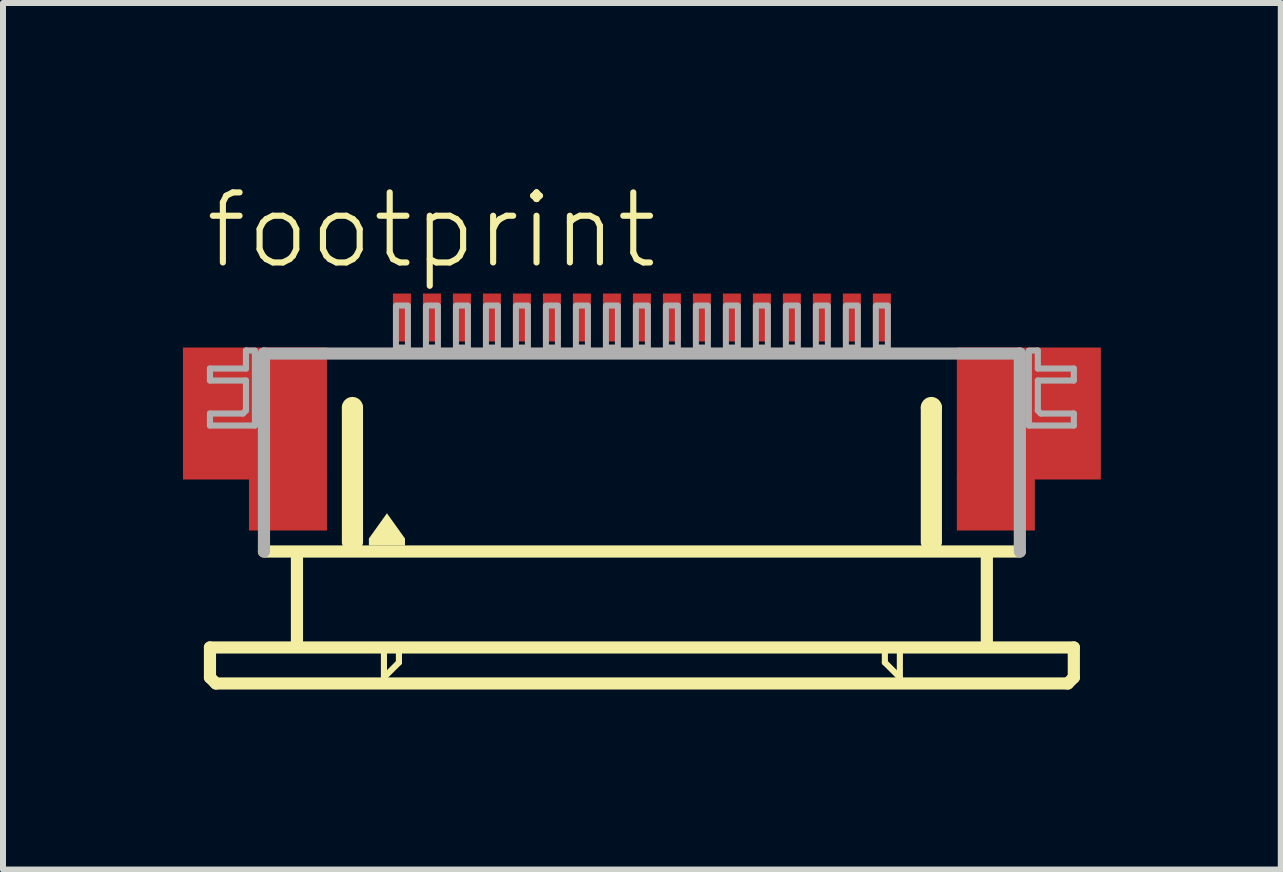
<source format=kicad_pcb>
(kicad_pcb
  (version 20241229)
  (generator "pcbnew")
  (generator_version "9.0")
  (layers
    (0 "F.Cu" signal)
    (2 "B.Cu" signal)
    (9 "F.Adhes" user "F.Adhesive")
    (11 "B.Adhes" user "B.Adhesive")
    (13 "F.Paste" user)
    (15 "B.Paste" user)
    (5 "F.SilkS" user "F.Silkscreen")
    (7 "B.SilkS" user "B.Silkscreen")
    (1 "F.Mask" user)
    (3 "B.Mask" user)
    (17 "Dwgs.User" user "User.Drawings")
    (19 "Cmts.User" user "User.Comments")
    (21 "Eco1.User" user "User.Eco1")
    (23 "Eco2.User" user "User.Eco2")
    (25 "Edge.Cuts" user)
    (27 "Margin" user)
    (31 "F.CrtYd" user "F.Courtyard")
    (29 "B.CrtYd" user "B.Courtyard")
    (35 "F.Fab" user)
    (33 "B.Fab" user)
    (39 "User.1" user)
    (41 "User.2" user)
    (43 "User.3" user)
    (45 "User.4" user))
  (footprint "footprint"
    (layer "F.Cu")
    (at 7.65 4.743)
    (property "Reference" "footprint" (at -7.33 -3.27 0) (layer "F.SilkS") (effects (font (size 1.168 1.168) (thickness 0.102)) (justify left bottom)))
    (fp_poly (pts (xy -7.65 0.2) (xy -5.25 0.2) (xy -5.25 -2) (xy -7.65 -2)) (stroke (width 0) (type solid)) (fill yes) (layer "F.Cu"))
    (fp_poly (pts (xy -6.55 1.05) (xy -5.25 1.05) (xy -5.25 0.175) (xy -6.55 0.175)) (stroke (width 0) (type solid)) (fill yes) (layer "F.Cu"))
    (fp_poly (pts (xy 5.25 0.2) (xy 7.65 0.2) (xy 7.65 -2) (xy 5.25 -2)) (stroke (width 0) (type solid)) (fill yes) (layer "F.Cu"))
    (fp_poly (pts (xy 5.25 1.05) (xy 6.55 1.05) (xy 6.55 0.175) (xy 5.25 0.175)) (stroke (width 0) (type solid)) (fill yes) (layer "F.Cu"))
    (fp_poly (pts (xy -7.65 0.2) (xy -6.5 0.2) (xy -6.5 -2) (xy -7.65 -2)) (stroke (width 0) (type solid)) (fill yes) (layer "F.Mask"))
    (fp_poly (pts (xy -6.55 1.05) (xy -5.25 1.05) (xy -5.25 -2) (xy -6.55 -2)) (stroke (width 0) (type solid)) (fill yes) (layer "F.Mask"))
    (fp_poly (pts (xy 6.55 -2) (xy 5.25 -2) (xy 5.25 1.05) (xy 6.55 1.05)) (stroke (width 0) (type solid)) (fill yes) (layer "F.Mask"))
    (fp_poly (pts (xy 7.65 -2) (xy 6.5 -2) (xy 6.5 0.2) (xy 7.65 0.2)) (stroke (width 0) (type solid)) (fill yes) (layer "F.Mask"))
    (fp_line (start -7.2 3) (end -7.2 3.5) (stroke (width 0.203) (type solid)) (layer "F.SilkS"))
    (fp_line (start -7.2 3.5) (end -7.1 3.6) (stroke (width 0.203) (type solid)) (layer "F.SilkS"))
    (fp_line (start -7.1 3.6) (end 7.1 3.6) (stroke (width 0.203) (type solid)) (layer "F.SilkS"))
    (fp_line (start -5.75 1.5) (end -5.75 2.9) (stroke (width 0.203) (type solid)) (layer "F.SilkS"))
    (fp_line (start -4.9 1.25) (end -4.9 -1) (stroke (width 0.203) (type solid)) (layer "F.SilkS"))
    (fp_line (start -4.75 -1) (end -4.75 1.25) (stroke (width 0.203) (type solid)) (layer "F.SilkS"))
    (fp_line (start -4.3 3.1) (end -4.3 3.5) (stroke (width 0.102) (type solid)) (layer "F.SilkS"))
    (fp_line (start -4.3 3.5) (end -4.05 3.25) (stroke (width 0.102) (type solid)) (layer "F.SilkS"))
    (fp_line (start -4.05 3.25) (end -4.05 3.1) (stroke (width 0.102) (type solid)) (layer "F.SilkS"))
    (fp_line (start 4.05 3.1) (end 4.05 3.25) (stroke (width 0.102) (type solid)) (layer "F.SilkS"))
    (fp_line (start 4.05 3.25) (end 4.3 3.5) (stroke (width 0.102) (type solid)) (layer "F.SilkS"))
    (fp_line (start 4.3 3.5) (end 4.3 3.1) (stroke (width 0.102) (type solid)) (layer "F.SilkS"))
    (fp_line (start 4.75 1.25) (end 4.75 -1) (stroke (width 0.203) (type solid)) (layer "F.SilkS"))
    (fp_line (start 4.9 -1) (end 4.9 1.25) (stroke (width 0.203) (type solid)) (layer "F.SilkS"))
    (fp_line (start 5.75 1.5) (end 5.75 2.9) (stroke (width 0.203) (type solid)) (layer "F.SilkS"))
    (fp_line (start 6.3 1.4) (end -6.3 1.4) (stroke (width 0.203) (type solid)) (layer "F.SilkS"))
    (fp_line (start 7.1 3.6) (end 7.2 3.5) (stroke (width 0.203) (type solid)) (layer "F.SilkS"))
    (fp_line (start 7.2 3) (end -7.2 3) (stroke (width 0.203) (type solid)) (layer "F.SilkS"))
    (fp_line (start 7.2 3.5) (end 7.2 3) (stroke (width 0.203) (type solid)) (layer "F.SilkS"))
    (fp_arc (start -4.9 -1) (mid -4.825 -1.075) (end -4.75 -1) (stroke (width 0.2032) (type solid)) (layer "F.SilkS"))
    (fp_arc (start 4.75 -1) (mid 4.825 -1.075) (end 4.9 -1) (stroke (width 0.2032) (type solid)) (layer "F.SilkS"))
    (fp_poly (pts (xy -3.949 1.184) (xy -3.949 1.301) (xy -4.551 1.301) (xy -4.551 1.184) (xy -4.25 0.763)) (stroke (width 0) (type solid)) (fill yes) (layer "F.SilkS"))
    (fp_poly (pts (xy -7.45 0.05) (xy -5.45 0.05) (xy -5.45 -1.85) (xy -7.45 -1.85)) (stroke (width 0) (type solid)) (fill yes) (layer "F.Paste"))
    (fp_poly (pts (xy 7.45 -1.85) (xy 5.45 -1.85) (xy 5.45 0.05) (xy 7.45 0.05)) (stroke (width 0) (type solid)) (fill yes) (layer "F.Paste"))
    (fp_line (start -7.2 -1.65) (end -7.2 -1.45) (stroke (width 0.102) (type solid)) (layer "F.Fab"))
    (fp_line (start -7.2 -1.45) (end -6.6 -1.45) (stroke (width 0.102) (type solid)) (layer "F.Fab"))
    (fp_line (start -7.2 -0.9) (end -7.2 -0.7) (stroke (width 0.102) (type solid)) (layer "F.Fab"))
    (fp_line (start -7.2 -0.7) (end -6.45 -0.7) (stroke (width 0.102) (type solid)) (layer "F.Fab"))
    (fp_line (start -6.65 -0.9) (end -7.2 -0.9) (stroke (width 0.102) (type solid)) (layer "F.Fab"))
    (fp_line (start -6.6 -1.95) (end -6.6 -1.65) (stroke (width 0.102) (type solid)) (layer "F.Fab"))
    (fp_line (start -6.6 -1.65) (end -7.2 -1.65) (stroke (width 0.102) (type solid)) (layer "F.Fab"))
    (fp_line (start -6.6 -1.45) (end -6.6 -0.95) (stroke (width 0.102) (type solid)) (layer "F.Fab"))
    (fp_line (start -6.6 -0.95) (end -6.65 -0.9) (stroke (width 0.102) (type solid)) (layer "F.Fab"))
    (fp_line (start -6.45 -1.95) (end -6.6 -1.95) (stroke (width 0.102) (type solid)) (layer "F.Fab"))
    (fp_line (start -6.45 -0.7) (end -6.45 -1.9) (stroke (width 0.102) (type solid)) (layer "F.Fab"))
    (fp_line (start -6.3 -1.9) (end 6.3 -1.9) (stroke (width 0.203) (type solid)) (layer "F.Fab"))
    (fp_line (start -6.3 1.4) (end -6.3 -1.9) (stroke (width 0.203) (type solid)) (layer "F.Fab"))
    (fp_line (start 6.3 -1.9) (end 6.3 1.4) (stroke (width 0.203) (type solid)) (layer "F.Fab"))
    (fp_line (start 6.45 -1.95) (end 6.6 -1.95) (stroke (width 0.102) (type solid)) (layer "F.Fab"))
    (fp_line (start 6.45 -0.7) (end 6.45 -1.9) (stroke (width 0.102) (type solid)) (layer "F.Fab"))
    (fp_line (start 6.6 -1.95) (end 6.6 -1.65) (stroke (width 0.102) (type solid)) (layer "F.Fab"))
    (fp_line (start 6.6 -1.65) (end 7.2 -1.65) (stroke (width 0.102) (type solid)) (layer "F.Fab"))
    (fp_line (start 6.6 -1.45) (end 6.6 -0.95) (stroke (width 0.102) (type solid)) (layer "F.Fab"))
    (fp_line (start 6.6 -0.95) (end 6.65 -0.9) (stroke (width 0.102) (type solid)) (layer "F.Fab"))
    (fp_line (start 6.65 -0.9) (end 7.2 -0.9) (stroke (width 0.102) (type solid)) (layer "F.Fab"))
    (fp_line (start 7.2 -1.65) (end 7.2 -1.45) (stroke (width 0.102) (type solid)) (layer "F.Fab"))
    (fp_line (start 7.2 -1.45) (end 6.6 -1.45) (stroke (width 0.102) (type solid)) (layer "F.Fab"))
    (fp_line (start 7.2 -0.9) (end 7.2 -0.7) (stroke (width 0.102) (type solid)) (layer "F.Fab"))
    (fp_line (start 7.2 -0.7) (end 6.45 -0.7) (stroke (width 0.102) (type solid)) (layer "F.Fab"))
    (fp_poly (pts (xy -4.1 -2) (xy -3.9 -2) (xy -3.9 -2.7) (xy -4.1 -2.7)) (stroke (width 0.1) (type solid)) (fill no) (layer "F.Fab"))
    (fp_poly (pts (xy -3.6 -2) (xy -3.4 -2) (xy -3.4 -2.7) (xy -3.6 -2.7)) (stroke (width 0.1) (type solid)) (fill no) (layer "F.Fab"))
    (fp_poly (pts (xy -3.1 -2) (xy -2.9 -2) (xy -2.9 -2.7) (xy -3.1 -2.7)) (stroke (width 0.1) (type solid)) (fill no) (layer "F.Fab"))
    (fp_poly (pts (xy -2.6 -2) (xy -2.4 -2) (xy -2.4 -2.7) (xy -2.6 -2.7)) (stroke (width 0.1) (type solid)) (fill no) (layer "F.Fab"))
    (fp_poly (pts (xy -2.1 -2) (xy -1.9 -2) (xy -1.9 -2.7) (xy -2.1 -2.7)) (stroke (width 0.1) (type solid)) (fill no) (layer "F.Fab"))
    (fp_poly (pts (xy -1.6 -2) (xy -1.4 -2) (xy -1.4 -2.7) (xy -1.6 -2.7)) (stroke (width 0.1) (type solid)) (fill no) (layer "F.Fab"))
    (fp_poly (pts (xy -1.1 -2) (xy -0.9 -2) (xy -0.9 -2.7) (xy -1.1 -2.7)) (stroke (width 0.1) (type solid)) (fill no) (layer "F.Fab"))
    (fp_poly (pts (xy -0.6 -2) (xy -0.4 -2) (xy -0.4 -2.7) (xy -0.6 -2.7)) (stroke (width 0.1) (type solid)) (fill no) (layer "F.Fab"))
    (fp_poly (pts (xy -0.1 -2) (xy 0.1 -2) (xy 0.1 -2.7) (xy -0.1 -2.7)) (stroke (width 0.1) (type solid)) (fill no) (layer "F.Fab"))
    (fp_poly (pts (xy 0.4 -2) (xy 0.6 -2) (xy 0.6 -2.7) (xy 0.4 -2.7)) (stroke (width 0.1) (type solid)) (fill no) (layer "F.Fab"))
    (fp_poly (pts (xy 0.9 -2) (xy 1.1 -2) (xy 1.1 -2.7) (xy 0.9 -2.7)) (stroke (width 0.1) (type solid)) (fill no) (layer "F.Fab"))
    (fp_poly (pts (xy 1.4 -2) (xy 1.6 -2) (xy 1.6 -2.7) (xy 1.4 -2.7)) (stroke (width 0.1) (type solid)) (fill no) (layer "F.Fab"))
    (fp_poly (pts (xy 1.9 -2) (xy 2.1 -2) (xy 2.1 -2.7) (xy 1.9 -2.7)) (stroke (width 0.1) (type solid)) (fill no) (layer "F.Fab"))
    (fp_poly (pts (xy 2.4 -2) (xy 2.6 -2) (xy 2.6 -2.7) (xy 2.4 -2.7)) (stroke (width 0.1) (type solid)) (fill no) (layer "F.Fab"))
    (fp_poly (pts (xy 2.9 -2) (xy 3.1 -2) (xy 3.1 -2.7) (xy 2.9 -2.7)) (stroke (width 0.1) (type solid)) (fill no) (layer "F.Fab"))
    (fp_poly (pts (xy 3.4 -2) (xy 3.6 -2) (xy 3.6 -2.7) (xy 3.4 -2.7)) (stroke (width 0.1) (type solid)) (fill no) (layer "F.Fab"))
    (fp_poly (pts (xy 3.9 -2) (xy 4.1 -2) (xy 4.1 -2.7) (xy 3.9 -2.7)) (stroke (width 0.1) (type solid)) (fill no) (layer "F.Fab"))
    (pad "1" smd rect (at -4 -2.5) (size 0.3 0.8) (layers "F.Cu" "F.Mask" "F.Paste"))
    (pad "2" smd rect (at -3.5 -2.5) (size 0.3 0.8) (layers "F.Cu" "F.Mask" "F.Paste"))
    (pad "3" smd rect (at -3 -2.5) (size 0.3 0.8) (layers "F.Cu" "F.Mask" "F.Paste"))
    (pad "4" smd rect (at -2.5 -2.5) (size 0.3 0.8) (layers "F.Cu" "F.Mask" "F.Paste"))
    (pad "5" smd rect (at -2 -2.5) (size 0.3 0.8) (layers "F.Cu" "F.Mask" "F.Paste"))
    (pad "6" smd rect (at -1.5 -2.5) (size 0.3 0.8) (layers "F.Cu" "F.Mask" "F.Paste"))
    (pad "7" smd rect (at -1 -2.5) (size 0.3 0.8) (layers "F.Cu" "F.Mask" "F.Paste"))
    (pad "8" smd rect (at -0.5 -2.5) (size 0.3 0.8) (layers "F.Cu" "F.Mask" "F.Paste"))
    (pad "9" smd rect (at 0 -2.5) (size 0.3 0.8) (layers "F.Cu" "F.Mask" "F.Paste"))
    (pad "10" smd rect (at 0.5 -2.5) (size 0.3 0.8) (layers "F.Cu" "F.Mask" "F.Paste"))
    (pad "11" smd rect (at 1 -2.5) (size 0.3 0.8) (layers "F.Cu" "F.Mask" "F.Paste"))
    (pad "12" smd rect (at 1.5 -2.5) (size 0.3 0.8) (layers "F.Cu" "F.Mask" "F.Paste"))
    (pad "13" smd rect (at 2 -2.5) (size 0.3 0.8) (layers "F.Cu" "F.Mask" "F.Paste"))
    (pad "14" smd rect (at 2.5 -2.5) (size 0.3 0.8) (layers "F.Cu" "F.Mask" "F.Paste"))
    (pad "15" smd rect (at 3 -2.5) (size 0.3 0.8) (layers "F.Cu" "F.Mask" "F.Paste"))
    (pad "16" smd rect (at 3.5 -2.5) (size 0.3 0.8) (layers "F.Cu" "F.Mask" "F.Paste"))
    (pad "17" smd rect (at 4 -2.5) (size 0.3 0.8) (layers "F.Cu" "F.Mask" "F.Paste")))
  (gr_rect
    (start -3 -3)
    (end 18.3 11.445)
    (stroke (width 0.1) (type default))
    (fill no)
    (layer "Edge.Cuts")))
</source>
